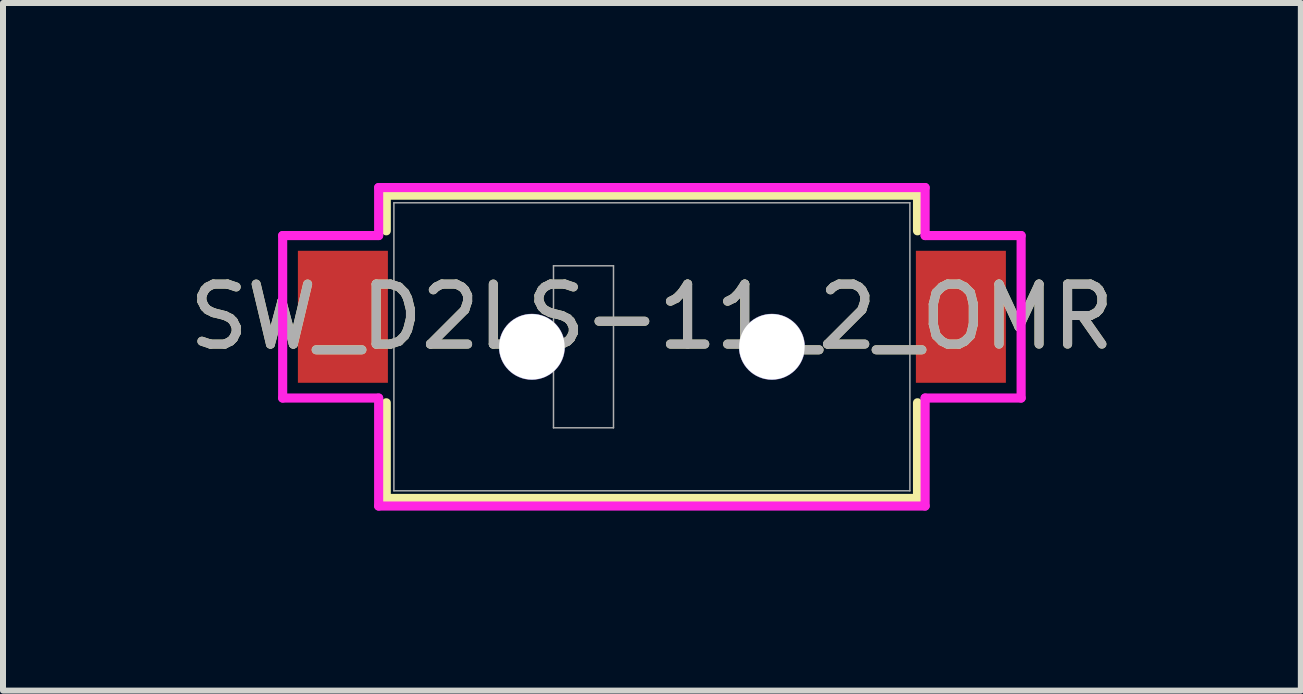
<source format=kicad_pcb>
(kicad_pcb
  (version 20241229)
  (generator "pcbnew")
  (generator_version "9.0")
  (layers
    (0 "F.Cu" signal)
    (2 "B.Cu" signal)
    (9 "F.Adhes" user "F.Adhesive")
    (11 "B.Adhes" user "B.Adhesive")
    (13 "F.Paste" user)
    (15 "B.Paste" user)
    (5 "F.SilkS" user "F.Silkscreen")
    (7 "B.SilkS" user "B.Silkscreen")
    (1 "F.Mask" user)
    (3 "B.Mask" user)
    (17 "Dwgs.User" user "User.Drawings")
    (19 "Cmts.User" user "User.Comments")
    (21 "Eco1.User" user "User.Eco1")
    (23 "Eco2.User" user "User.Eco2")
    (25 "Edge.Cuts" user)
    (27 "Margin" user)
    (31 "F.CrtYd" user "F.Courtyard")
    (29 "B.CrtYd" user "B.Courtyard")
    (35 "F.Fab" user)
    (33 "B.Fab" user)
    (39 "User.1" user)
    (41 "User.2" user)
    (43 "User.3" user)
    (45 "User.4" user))
  (footprint "SW_D2LS-11_2_OMR"
    (layer "F.Cu")
    (at 7.815 2.73)
    (property "Reference" "SW_D2LS-11_2_OMR" (at 0 -0.5 0) (unlocked yes) (layer "F.SilkS") (effects (font (size 1 1) (thickness 0.15))))
    (fp_line (start -4.427 -2.527) (end 4.427 -2.527) (stroke (width 0.152) (type solid)) (layer "F.SilkS"))
    (fp_line (start -4.427 -1.933) (end -4.427 -2.527) (stroke (width 0.152) (type solid)) (layer "F.SilkS"))
    (fp_line (start -4.427 2.527) (end -4.427 0.933) (stroke (width 0.152) (type solid)) (layer "F.SilkS"))
    (fp_line (start 4.427 -2.527) (end 4.427 -1.933) (stroke (width 0.152) (type solid)) (layer "F.SilkS"))
    (fp_line (start 4.427 0.933) (end 4.427 2.527) (stroke (width 0.152) (type solid)) (layer "F.SilkS"))
    (fp_line (start 4.427 2.527) (end -4.427 2.527) (stroke (width 0.152) (type solid)) (layer "F.SilkS"))
    (fp_line (start -6.154 -1.854) (end -6.154 0.854) (stroke (width 0.152) (type solid)) (layer "F.CrtYd"))
    (fp_line (start -6.154 0.854) (end -4.554 0.854) (stroke (width 0.152) (type solid)) (layer "F.CrtYd"))
    (fp_line (start -4.554 -2.654) (end -4.554 -1.854) (stroke (width 0.152) (type solid)) (layer "F.CrtYd"))
    (fp_line (start -4.554 -1.854) (end -6.154 -1.854) (stroke (width 0.152) (type solid)) (layer "F.CrtYd"))
    (fp_line (start -4.554 0.854) (end -4.554 2.654) (stroke (width 0.152) (type solid)) (layer "F.CrtYd"))
    (fp_line (start -4.554 2.654) (end 4.554 2.654) (stroke (width 0.152) (type solid)) (layer "F.CrtYd"))
    (fp_line (start 4.554 -2.654) (end -4.554 -2.654) (stroke (width 0.152) (type solid)) (layer "F.CrtYd"))
    (fp_line (start 4.554 -1.854) (end 4.554 -2.654) (stroke (width 0.152) (type solid)) (layer "F.CrtYd"))
    (fp_line (start 4.554 0.854) (end 6.154 0.854) (stroke (width 0.152) (type solid)) (layer "F.CrtYd"))
    (fp_line (start 4.554 2.654) (end 4.554 0.854) (stroke (width 0.152) (type solid)) (layer "F.CrtYd"))
    (fp_line (start 6.154 -1.854) (end 4.554 -1.854) (stroke (width 0.152) (type solid)) (layer "F.CrtYd"))
    (fp_line (start 6.154 0.854) (end 6.154 -1.854) (stroke (width 0.152) (type solid)) (layer "F.CrtYd"))
    (fp_line (start -4.3 -2.4) (end -4.3 2.4) (stroke (width 0.025) (type solid)) (layer "F.Fab"))
    (fp_line (start -4.3 2.4) (end 4.3 2.4) (stroke (width 0.025) (type solid)) (layer "F.Fab"))
    (fp_line (start -1.64 -1.35) (end -1.64 1.35) (stroke (width 0.025) (type solid)) (layer "F.Fab"))
    (fp_line (start -1.64 -1.35) (end -0.64 -1.35) (stroke (width 0.025) (type solid)) (layer "F.Fab"))
    (fp_line (start -1.64 1.35) (end -0.64 1.35) (stroke (width 0.025) (type solid)) (layer "F.Fab"))
    (fp_line (start -0.64 1.35) (end -0.64 -1.35) (stroke (width 0.025) (type solid)) (layer "F.Fab"))
    (fp_line (start 4.3 -2.4) (end -4.3 -2.4) (stroke (width 0.025) (type solid)) (layer "F.Fab"))
    (fp_line (start 4.3 2.4) (end 4.3 -2.4) (stroke (width 0.025) (type solid)) (layer "F.Fab"))
    (fp_text user "${REFERENCE}" (at 0 -0.5 0) (unlocked yes) (layer "F.Fab") (effects (font (size 1 1) (thickness 0.15))))
    (pad "1" smd rect (at -5.15 -0.5) (size 1.5 2.2) (layers "F.Cu" "F.Mask" "F.Paste"))
    (pad "2" smd rect (at 5.15 -0.5) (size 1.5 2.2) (layers "F.Cu" "F.Mask" "F.Paste"))
    (pad "3" thru_hole circle (at -2 0) (size 1.1 1.1) (drill 1.092) (layers "*.Cu" "*.Mask"))
    (pad "4" thru_hole circle (at 2 0) (size 1.1 1.1) (drill 1.092) (layers "*.Cu" "*.Mask")))
  (gr_rect
    (start -3 -3)
    (end 18.631 8.46)
    (stroke (width 0.1) (type default))
    (fill no)
    (layer "Edge.Cuts")))
</source>
